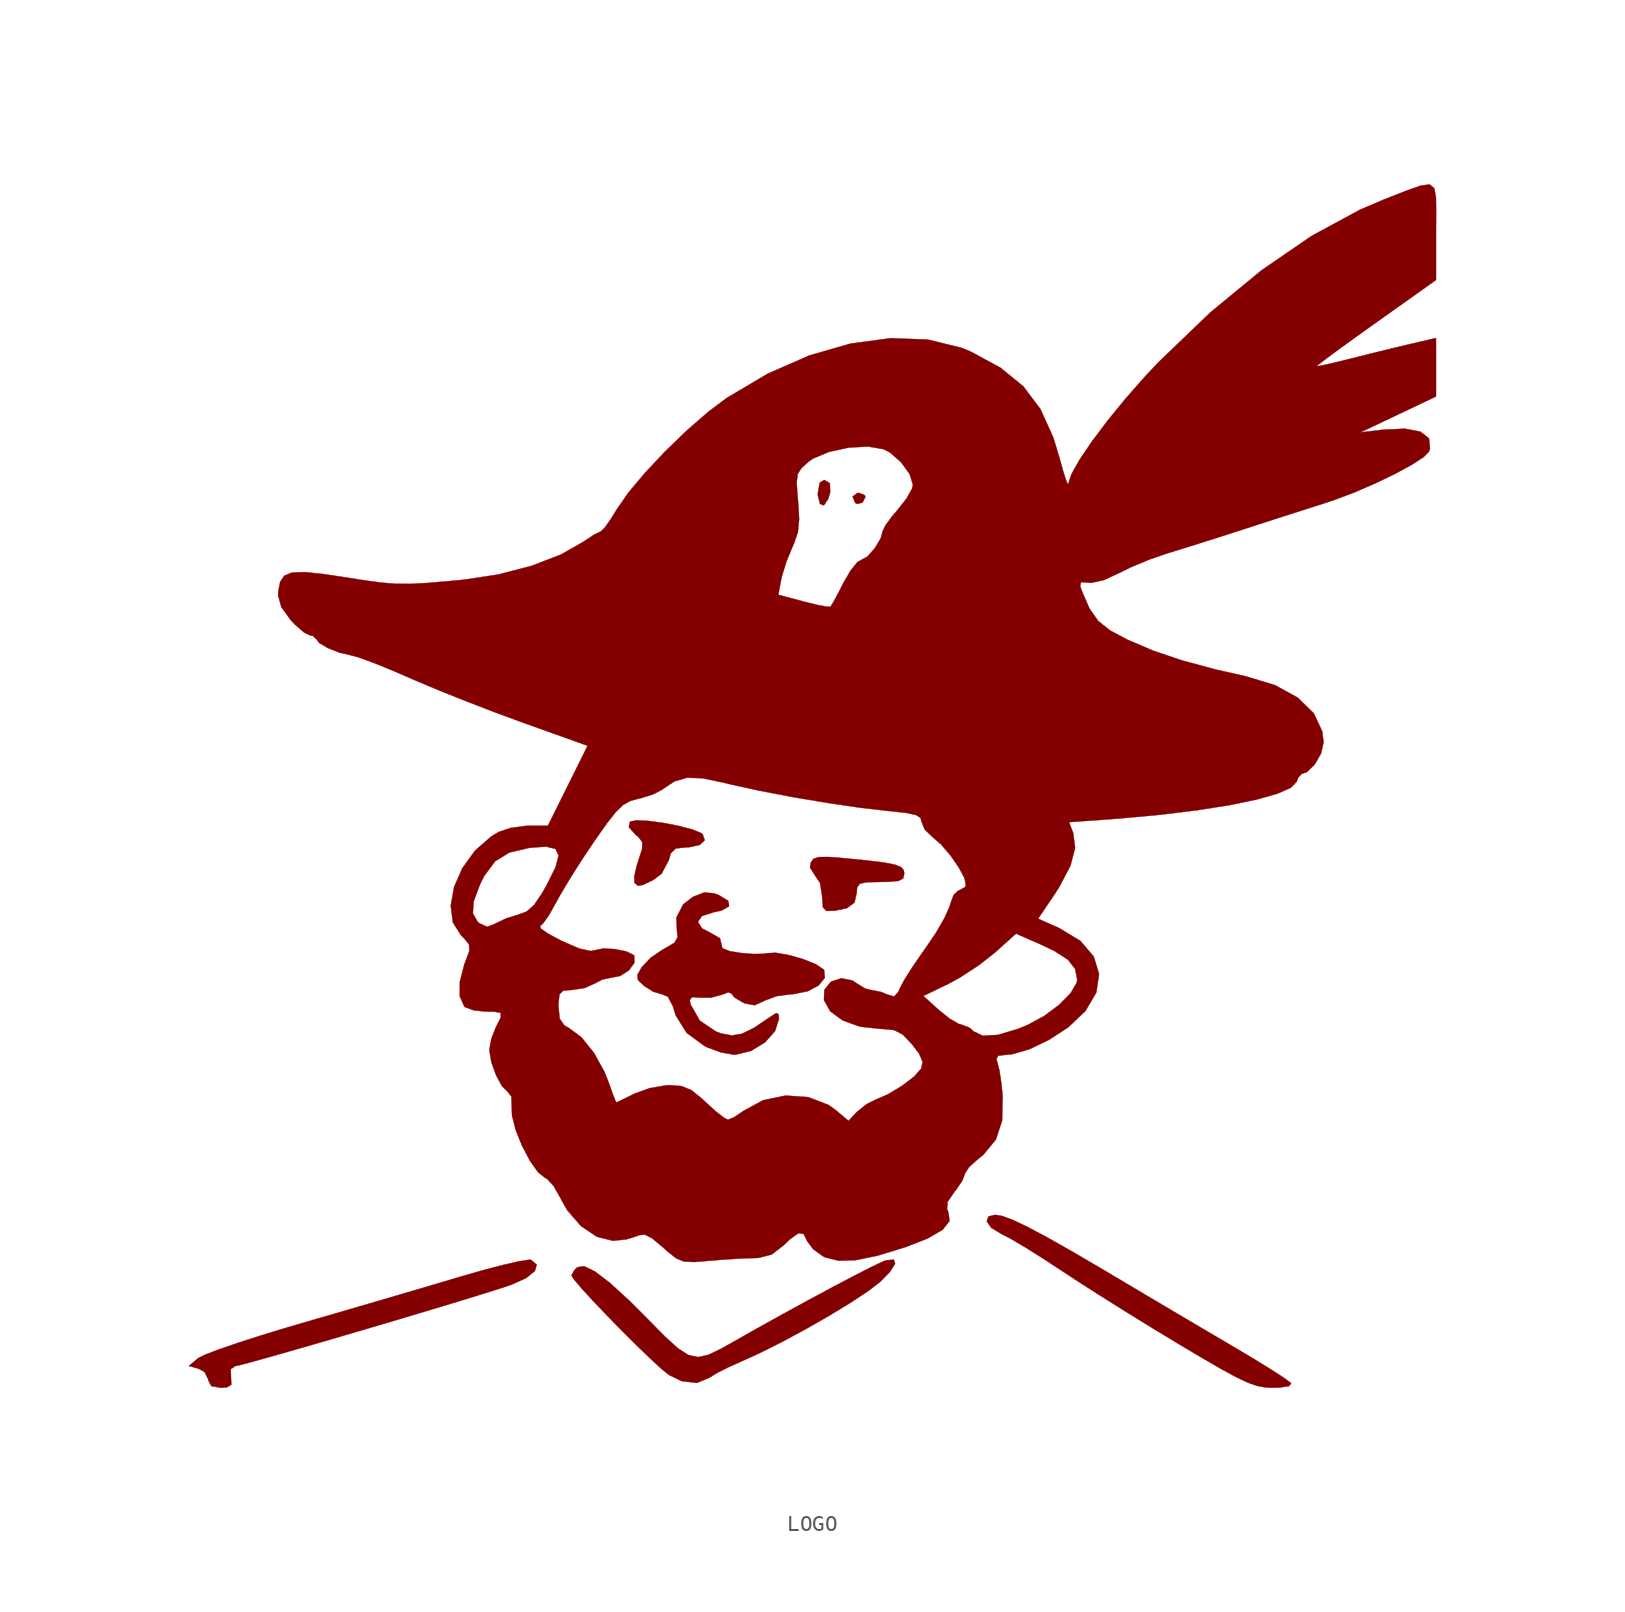
<source format=kicad_sym>
(kicad_symbol_lib
  (version 20220914)
  (generator "bitmap2component")
  (generator_version "8.0")
  (symbol "LOGO"
    (pin_names
      (offset 1.016))
    (property "Reference" "#G"
      (at 0 37.465 0)
      (effects (font (size 1.27 1.27)) hide))
    (symbol "LOGO_0_0"
      (polyline (pts (xy -34.248 -38.082) (xy -33.959 -37.907) (xy -33.981 -37.424) (xy -33.995 -36.942) (xy -33.724 -36.749) (xy -33.516 -36.708) (xy -32.839 -36.532) (xy -31.775 -36.237) (xy -30.401 -35.847) (xy -28.791 -35.383) (xy -27.021 -34.867) (xy -25.166 -34.321) (xy -23.302 -33.768) (xy -21.504 -33.23) (xy -19.848 -32.73) (xy -18.409 -32.288) (xy -17.262 -31.928) (xy -16.483 -31.672) (xy -16.433 -31.654) (xy -15.523 -31.241) (xy -14.985 -30.806) (xy -14.869 -30.409) (xy -15.221 -30.109) (xy -15.369 -30.102) (xy -15.989 -30.2) (xy -16.973 -30.424) (xy -18.22 -30.75) (xy -19.632 -31.156) (xy -19.775 -31.198) (xy -21.351 -31.666) (xy -23.274 -32.233) (xy -25.386 -32.852) (xy -27.532 -33.477) (xy -29.555 -34.064) (xy -30.393 -34.309) (xy -32.066 -34.819) (xy -33.551 -35.296) (xy -34.763 -35.713) (xy -35.621 -36.042) (xy -36.04 -36.256) (xy -36.614 -36.739) (xy -36.006 -36.911) (xy -35.636 -37.111) (xy -35.398 -37.591) (xy -35.396 -37.65) (xy -35.208 -38) (xy -34.625 -38.1) (xy -34.248 -38.082)) (stroke (width 0.01) (type default)) (fill (type outline)))
      (polyline (pts (xy 31.558 -38.089) (xy 32.159 -37.998) (xy 32.289 -37.828) (xy 32.243 -37.779) (xy 31.824 -37.473) (xy 31.055 -36.974) (xy 30.027 -36.339) (xy 28.828 -35.624) (xy 28.189 -35.249) (xy 26.613 -34.32) (xy 24.831 -33.267) (xy 23.017 -32.192) (xy 21.347 -31.2) (xy 20.492 -30.692) (xy 18.547 -29.555) (xy 16.994 -28.677) (xy 15.788 -28.036) (xy 14.882 -27.607) (xy 14.231 -27.366) (xy 13.79 -27.291) (xy 13.364 -27.395) (xy 13.261 -27.703) (xy 13.537 -28.102) (xy 14.156 -28.477) (xy 14.164 -28.481) (xy 14.751 -28.785) (xy 15.657 -29.32) (xy 16.761 -30.012) (xy 17.941 -30.785) (xy 18.79 -31.345) (xy 20.248 -32.279) (xy 21.919 -33.329) (xy 23.658 -34.401) (xy 25.317 -35.405) (xy 26.541 -36.133) (xy 27.84 -36.888) (xy 28.82 -37.423) (xy 29.56 -37.775) (xy 30.14 -37.98) (xy 30.64 -38.076) (xy 31.141 -38.1) (xy 31.558 -38.089)) (stroke (width 0.01) (type default)) (fill (type outline)))
      (polyline (pts (xy -4.074 -37.471) (xy -3.623 -37.191) (xy -2.838 -36.795) (xy -1.891 -36.371) (xy -0.936 -35.938) (xy 0.463 -35.237) (xy 1.963 -34.428) (xy 3.445 -33.579) (xy 4.793 -32.758) (xy 5.887 -32.033) (xy 6.61 -31.472) (xy 7.221 -30.844) (xy 7.534 -30.343) (xy 7.45 -30.092) (xy 6.958 -30.137) (xy 6.735 -30.224) (xy 6.033 -30.56) (xy 4.985 -31.094) (xy 3.671 -31.786) (xy 2.168 -32.593) (xy 0.555 -33.474) (xy -1.089 -34.387) (xy -2.687 -35.29) (xy -3.348 -35.662) (xy -4.139 -36.043) (xy -4.782 -36.185) (xy -5.382 -36.059) (xy -6.044 -35.633) (xy -6.872 -34.88) (xy -7.971 -33.767) (xy -9.07 -32.667) (xy -10.3 -31.54) (xy -11.242 -30.823) (xy -11.914 -30.503) (xy -12.335 -30.567) (xy -12.517 -30.747) (xy -12.7 -31.081) (xy -12.537 -31.338) (xy -12.06 -31.899) (xy -11.348 -32.675) (xy -10.48 -33.586) (xy -9.537 -34.549) (xy -8.597 -35.484) (xy -7.742 -36.309) (xy -7.05 -36.943) (xy -6.602 -37.304) (xy -5.815 -37.688) (xy -4.857 -37.798) (xy -4.074 -37.471)) (stroke (width 0.01) (type default)) (fill (type outline)))
      (polyline (pts (xy -4.081 -30.166) (xy -3.197 -30.092) (xy -2.097 -30.023) (xy -1.263 -29.995) (xy -1.007 -29.987) (xy -0.18 -29.774) (xy 0.582 -29.183) (xy 0.983 -28.8) (xy 1.492 -28.441) (xy 1.81 -28.485) (xy 2.027 -28.916) (xy 2.036 -28.941) (xy 2.407 -29.439) (xy 3.027 -29.887) (xy 3.172 -29.956) (xy 4.002 -30.161) (xy 5.063 -30.127) (xy 6.435 -29.845) (xy 8.198 -29.305) (xy 9.571 -28.77) (xy 10.507 -28.223) (xy 10.933 -27.679) (xy 10.863 -27.128) (xy 10.777 -26.93) (xy 10.819 -26.471) (xy 11.238 -25.862) (xy 11.328 -25.753) (xy 11.727 -25.167) (xy 11.889 -24.755) (xy 11.897 -24.701) (xy 12.165 -24.299) (xy 12.695 -23.825) (xy 13.045 -23.544) (xy 13.832 -22.586) (xy 14.221 -21.403) (xy 14.255 -19.886) (xy 14.181 -19.131) (xy 14.056 -18.283) (xy 13.927 -17.766) (xy 13.865 -17.586) (xy 13.966 -17.35) (xy 14.495 -17.288) (xy 14.847 -17.256) (xy 15.926 -16.942) (xy 17.151 -16.356) (xy 18.352 -15.572) (xy 19.428 -14.555) (xy 20.11 -13.397) (xy 20.282 -12.243) (xy 19.949 -11.149) (xy 19.117 -10.172) (xy 17.791 -9.369) (xy 16.47 -8.782) (xy 17.454 -7.327) (xy 17.773 -6.837) (xy 18.492 -5.475) (xy 18.784 -4.355) (xy 18.665 -3.43) (xy 18.405 -2.748) (xy 20.754 -2.581) (xy 21.518 -2.524) (xy 24.09 -2.287) (xy 26.415 -2.003) (xy 28.445 -1.683) (xy 30.13 -1.335) (xy 31.422 -0.969) (xy 32.271 -0.596) (xy 32.63 -0.224) (xy 32.732 0.048) (xy 32.947 0.27) (xy 33.268 0.379) (xy 33.762 0.857) (xy 34.155 1.541) (xy 34.315 2.24) (xy 34.236 2.914) (xy 33.705 4.053) (xy 32.708 5.031) (xy 31.286 5.813) (xy 29.481 6.364) (xy 27.563 6.798) (xy 25.462 7.364) (xy 23.676 7.967) (xy 22.082 8.647) (xy 22.072 8.651) (xy 20.965 9.238) (xy 20.22 9.834) (xy 19.683 10.604) (xy 19.202 11.711) (xy 19.101 12.007) (xy 19.153 12.256) (xy 19.602 12.224) (xy 19.802 12.211) (xy 20.579 12.385) (xy 21.535 12.823) (xy 22.245 13.176) (xy 23.422 13.667) (xy 24.586 14.068) (xy 25.236 14.265) (xy 26.484 14.655) (xy 27.911 15.107) (xy 29.318 15.562) (xy 30.209 15.851) (xy 31.758 16.352) (xy 33.248 16.829) (xy 34.452 17.212) (xy 34.995 17.392) (xy 36.275 17.879) (xy 37.579 18.443) (xy 38.8 19.032) (xy 39.833 19.593) (xy 40.571 20.073) (xy 40.907 20.42) (xy 40.968 20.616) (xy 40.901 21.249) (xy 40.368 21.664) (xy 39.397 21.846) (xy 38.018 21.784) (xy 36.614 21.615) (xy 38.978 22.737) (xy 41.343 23.859) (xy 41.343 25.686) (xy 41.343 27.514) (xy 39.654 27.121) (xy 38.604 26.871) (xy 37.236 26.535) (xy 35.948 26.212) (xy 35.724 26.155) (xy 34.804 25.931) (xy 34.146 25.787) (xy 33.881 25.751) (xy 34.002 25.861) (xy 34.496 26.238) (xy 35.305 26.834) (xy 36.359 27.596) (xy 37.586 28.473) (xy 41.343 31.141) (xy 41.343 34.234) (xy 41.35 35.276) (xy 41.342 36.281) (xy 41.236 36.876) (xy 40.948 37.114) (xy 40.393 37.045) (xy 39.487 36.723) (xy 38.147 36.199) (xy 36.617 35.549) (xy 33.561 33.895) (xy 30.423 31.741) (xy 27.228 29.108) (xy 24.002 26.012) (xy 23.126 25.082) (xy 21.922 23.712) (xy 20.805 22.342) (xy 19.832 21.048) (xy 19.062 19.909) (xy 18.552 19.003) (xy 18.36 18.407) (xy 18.352 18.366) (xy 18.254 18.525) (xy 18.066 19.09) (xy 17.821 19.969) (xy 17.423 21.288) (xy 16.619 23.07) (xy 15.547 24.492) (xy 14.124 25.656) (xy 12.265 26.664) (xy 11.698 26.899) (xy 9.582 27.418) (xy 7.247 27.504) (xy 4.757 27.169) (xy 2.176 26.426) (xy -0.433 25.286) (xy -3.005 23.762) (xy -4.122 22.923) (xy -5.458 21.764) (xy -6.815 20.456) (xy -8.077 19.117) (xy -9.132 17.863) (xy -9.863 16.809) (xy -10.246 16.187) (xy -10.648 15.626) (xy -10.887 15.408) (xy -10.904 15.406) (xy -11.277 15.231) (xy -11.836 14.858) (xy -11.901 14.811) (xy -13.354 13.983) (xy -15.19 13.276) (xy -17.262 12.735) (xy -19.427 12.407) (xy -20.383 12.318) (xy -21.733 12.203) (xy -22.782 12.147) (xy -23.679 12.153) (xy -24.578 12.225) (xy -25.627 12.366) (xy -26.978 12.578) (xy -28.225 12.766) (xy -29.391 12.885) (xy -30.173 12.854) (xy -30.652 12.656) (xy -30.908 12.272) (xy -31.022 11.686) (xy -31.029 11.466) (xy 0.232 11.466) (xy 0.41 12.416) (xy 0.448 12.593) (xy 0.732 13.523) (xy 1.114 14.452) (xy 1.206 14.65) (xy 1.456 15.387) (xy 1.533 16.199) (xy 1.465 17.312) (xy 1.43 17.678) (xy 1.378 18.5) (xy 1.444 19.011) (xy 1.673 19.378) (xy 2.108 19.774) (xy 2.393 19.974) (xy 3.402 20.398) (xy 4.626 20.664) (xy 5.839 20.732) (xy 6.814 20.565) (xy 7.21 20.357) (xy 7.903 19.752) (xy 8.434 19.015) (xy 8.647 18.339) (xy 8.586 18.096) (xy 8.244 17.482) (xy 7.701 16.789) (xy 7.356 16.387) (xy 6.924 15.8) (xy 6.755 15.444) (xy 6.625 14.982) (xy 6.259 14.373) (xy 5.806 13.861) (xy 5.414 13.646) (xy 5.172 13.505) (xy 4.753 12.989) (xy 4.308 12.225) (xy 3.988 11.597) (xy 3.659 10.986) (xy 3.488 10.714) (xy 3.268 10.719) (xy 2.654 10.836) (xy 1.805 11.045) (xy 0.232 11.466) (xy -31.029 11.466) (xy -31.031 11.404) (xy -30.833 10.693) (xy -30.251 9.889) (xy -29.968 9.588) (xy -29.41 9.107) (xy -29.02 8.917) (xy -28.86 8.896) (xy -28.643 8.69) (xy -28.473 8.459) (xy -27.936 8.14) (xy -27.208 7.851) (xy -26.47 7.678) (xy -26.003 7.551) (xy -25.146 7.24) (xy -24.042 6.796) (xy -22.817 6.268) (xy -22.514 6.135) (xy -21.041 5.515) (xy -19.298 4.817) (xy -17.476 4.115) (xy -15.77 3.486) (xy -11.691 2.027) (xy -12.932 -0.473) (xy -14.173 -2.972) (xy -15.341 -2.972) (xy -15.559 -2.978) (xy -16.493 -3.108) (xy -17.239 -3.353) (xy -17.7 -3.628) (xy -18.722 -4.519) (xy -19.513 -5.611) (xy -20.034 -6.795) (xy -20.246 -7.966) (xy -20.184 -8.446) (xy -18.862 -8.446) (xy -18.81 -7.692) (xy -18.407 -6.62) (xy -18.161 -6.127) (xy -17.477 -5.2) (xy -16.584 -4.647) (xy -15.325 -4.353) (xy -14.296 -4.276) (xy -13.696 -4.417) (xy -13.503 -4.829) (xy -13.693 -5.563) (xy -14.242 -6.669) (xy -14.536 -7.187) (xy -15.033 -7.922) (xy -15.491 -8.33) (xy -16.02 -8.529) (xy -16.761 -8.755) (xy -17.425 -9.07) (xy -17.475 -9.102) (xy -17.894 -9.258) (xy -14.668 -9.258) (xy -14.473 -9.081) (xy -14.089 -8.53) (xy -13.652 -7.754) (xy -13.401 -7.295) (xy -12.794 -6.279) (xy -12.046 -5.099) (xy -11.262 -3.928) (xy -11.259 -3.922) (xy -10.492 -2.834) (xy -9.926 -2.114) (xy -9.47 -1.674) (xy -9.033 -1.427) (xy -8.525 -1.286) (xy -8.35 -1.247) (xy -7.57 -0.999) (xy -7.039 -0.721) (xy -7.01 -0.697) (xy -6.256 -0.195) (xy -5.474 0.031) (xy -4.509 -0.002) (xy -3.206 -0.276) (xy -2.77 -0.383) (xy -0.95 -0.782) (xy 1.147 -1.182) (xy 3.32 -1.549) (xy 5.371 -1.849) (xy 7.098 -2.047) (xy 7.152 -2.052) (xy 8.2 -2.166) (xy 8.819 -2.295) (xy 9.113 -2.472) (xy 9.187 -2.733) (xy 9.376 -3.2) (xy 9.866 -3.675) (xy 10.398 -4.136) (xy 10.99 -4.827) (xy 11.516 -5.585) (xy 11.872 -6.259) (xy 11.954 -6.697) (xy 11.893 -6.813) (xy 11.495 -7.026) (xy 11.473 -7.027) (xy 11.187 -7.296) (xy 10.974 -7.886) (xy 10.938 -8.019) (xy 10.624 -8.725) (xy 10.093 -9.646) (xy 9.436 -10.619) (xy 9.237 -10.895) (xy 8.597 -11.828) (xy 8.093 -12.628) (xy 7.82 -13.147) (xy 7.735 -13.353) (xy 7.498 -13.613) (xy 9.299 -13.613) (xy 10.882 -12.844) (xy 11.575 -12.467) (xy 12.761 -11.694) (xy 13.778 -10.895) (xy 15.089 -9.716) (xy 16.664 -10.406) (xy 17.489 -10.798) (xy 18.335 -11.347) (xy 18.783 -11.918) (xy 18.915 -12.588) (xy 18.88 -12.792) (xy 18.497 -13.44) (xy 17.782 -14.165) (xy 16.851 -14.86) (xy 15.821 -15.42) (xy 15.231 -15.662) (xy 13.96 -16.044) (xy 13.016 -16.101) (xy 12.447 -15.828) (xy 12.186 -15.594) (xy 11.686 -15.402) (xy 11.501 -15.354) (xy 10.947 -15.032) (xy 10.289 -14.508) (xy 9.299 -13.613) (xy 7.498 -13.613) (xy 7.469 -13.645) (xy 7.046 -13.521) (xy 6.676 -13.366) (xy 6.051 -13.24) (xy 5.669 -13.151) (xy 5.099 -12.803) (xy 4.87 -12.644) (xy 4.178 -12.505) (xy 3.518 -12.717) (xy 3.111 -13.231) (xy 3.083 -13.87) (xy 3.475 -14.571) (xy 4.254 -15.144) (xy 5.335 -15.531) (xy 6.633 -15.672) (xy 6.716 -15.673) (xy 7.474 -15.747) (xy 8.024 -16.036) (xy 8.613 -16.662) (xy 9.037 -17.226) (xy 9.253 -17.734) (xy 9.161 -18.152) (xy 8.723 -18.647) (xy 7.971 -19.223) (xy 7.092 -19.754) (xy 6.273 -20.112) (xy 5.76 -20.366) (xy 5.139 -20.863) (xy 4.622 -21.419) (xy 3.806 -20.732) (xy 3.366 -20.42) (xy 2.099 -19.934) (xy 0.683 -19.838) (xy -0.725 -20.13) (xy -1.966 -20.807) (xy -1.985 -20.822) (xy -2.536 -21.193) (xy -2.915 -21.347) (xy -3.128 -21.246) (xy -3.643 -20.854) (xy -4.291 -20.266) (xy -4.526 -20.042) (xy -5.199 -19.499) (xy -5.808 -19.247) (xy -6.563 -19.185) (xy -6.744 -19.191) (xy -7.802 -19.371) (xy -8.782 -19.726) (xy -9.08 -19.876) (xy -9.646 -20.155) (xy -9.895 -20.266) (xy -9.939 -20.188) (xy -10.118 -19.735) (xy -10.374 -19.013) (xy -10.63 -18.366) (xy -11.293 -17.164) (xy -12.074 -16.196) (xy -12.863 -15.61) (xy -13.146 -15.449) (xy -13.435 -15.028) (xy -13.511 -14.278) (xy -13.51 -14.08) (xy -13.451 -13.507) (xy -13.203 -13.278) (xy -12.633 -13.232) (xy -11.875 -13.114) (xy -11.23 -12.826) (xy -10.767 -12.585) (xy -10.011 -12.43) (xy -9.647 -12.358) (xy -9.11 -12.016) (xy -8.766 -11.541) (xy -8.77 -11.098) (xy -8.801 -11.058) (xy -9.254 -10.832) (xy -9.969 -10.683) (xy -10.709 -10.644) (xy -11.233 -10.749) (xy -11.478 -10.804) (xy -12.198 -10.651) (xy -13.309 -10.171) (xy -13.377 -10.137) (xy -14.135 -9.728) (xy -14.598 -9.413) (xy -14.668 -9.258) (xy -17.894 -9.258) (xy -17.973 -9.287) (xy -18.442 -9.072) (xy -18.565 -8.971) (xy -18.862 -8.446) (xy -20.184 -8.446) (xy -20.111 -9.017) (xy -19.589 -9.84) (xy -19.437 -9.983) (xy -19.105 -10.382) (xy -19.079 -10.787) (xy -19.319 -11.44) (xy -19.395 -11.632) (xy -19.675 -12.715) (xy -19.678 -13.645) (xy -19.401 -14.267) (xy -19.346 -14.312) (xy -18.807 -14.511) (xy -18.05 -14.591) (xy -17.529 -14.594) (xy -17.125 -14.67) (xy -17.119 -14.952) (xy -17.427 -15.574) (xy -17.706 -16.279) (xy -17.832 -16.965) (xy -17.832 -16.996) (xy -17.708 -17.739) (xy -17.417 -18.556) (xy -17.047 -19.244) (xy -16.686 -19.602) (xy -16.453 -19.902) (xy -16.43 -20.658) (xy -16.413 -21.097) (xy -16.19 -21.975) (xy -15.795 -22.962) (xy -15.304 -23.898) (xy -14.793 -24.627) (xy -14.339 -24.989) (xy -14.221 -25.051) (xy -13.807 -25.501) (xy -13.415 -26.195) (xy -12.966 -27.004) (xy -12.104 -27.996) (xy -11.108 -28.666) (xy -10.106 -28.913) (xy -10.071 -28.913) (xy -9.256 -28.825) (xy -8.614 -28.625) (xy -8.497 -28.569) (xy -8.117 -28.528) (xy -7.655 -28.763) (xy -6.97 -29.336) (xy -6.684 -29.592) (xy -6.152 -30.013) (xy -5.672 -30.211) (xy -5.047 -30.244) (xy -4.081 -30.166)) (stroke (width 0.01) (type default)) (fill (type outline)))
      (polyline (pts (xy -2.429 -17.279) (xy -1.473 -17.047) (xy -0.604 -16.519) (xy 0.027 -15.813) (xy 0.27 -15.047) (xy 0.252 -14.754) (xy 0.098 -14.682) (xy -0.338 -14.963) (xy -1.27 -15.591) (xy -2.05 -15.977) (xy -2.7 -16.08) (xy -3.361 -15.948) (xy -3.668 -15.833) (xy -4.672 -15.158) (xy -5.241 -14.165) (xy -5.305 -13.876) (xy -5.166 -13.685) (xy -4.628 -13.718) (xy -3.97 -13.717) (xy -3.274 -13.527) (xy -2.899 -13.385) (xy -2.702 -13.458) (xy -2.504 -13.711) (xy -1.993 -14.017) (xy -1.849 -14.079) (xy -1.248 -14.191) (xy -0.652 -13.925) (xy -0.597 -13.892) (xy 0.14 -13.62) (xy 1.004 -13.505) (xy 1.192 -13.498) (xy 2.069 -13.317) (xy 2.755 -12.951) (xy 3.136 -12.483) (xy 3.095 -11.996) (xy 3.067 -11.956) (xy 2.592 -11.635) (xy 1.803 -11.315) (xy 0.895 -11.054) (xy 0.064 -10.91) (xy -0.494 -10.94) (xy -0.672 -10.977) (xy -1.329 -10.989) (xy -2.175 -10.916) (xy -2.817 -10.807) (xy -3.271 -10.622) (xy -3.324 -10.36) (xy -3.42 -10.003) (xy -4.028 -9.654) (xy -4.543 -9.382) (xy -4.792 -8.977) (xy -4.54 -8.613) (xy -3.801 -8.377) (xy -3.307 -8.27) (xy -2.847 -8.002) (xy -2.898 -7.667) (xy -3.475 -7.311) (xy -3.793 -7.194) (xy -4.404 -7.143) (xy -5.102 -7.414) (xy -5.713 -7.884) (xy -6.144 -8.719) (xy -6.097 -9.674) (xy -6.058 -9.921) (xy -6.258 -10.283) (xy -6.886 -10.653) (xy -6.981 -10.701) (xy -7.741 -11.216) (xy -8.299 -11.803) (xy -8.576 -12.284) (xy -8.545 -12.618) (xy -8.13 -13.005) (xy -7.58 -13.348) (xy -7.025 -13.511) (xy -6.668 -13.662) (xy -6.361 -14.254) (xy -6.179 -14.833) (xy -5.499 -15.921) (xy -4.388 -16.736) (xy -4.218 -16.821) (xy -3.337 -17.145) (xy -2.56 -17.282) (xy -2.429 -17.279)) (stroke (width 0.01) (type default)) (fill (type outline)))
      (polyline (pts (xy 3.728 -8.289) (xy 4.521 -8.127) (xy 4.997 -7.768) (xy 5.134 -7.145) (xy 5.158 -6.824) (xy 5.325 -6.596) (xy 5.769 -6.503) (xy 6.62 -6.485) (xy 7.082 -6.481) (xy 7.735 -6.424) (xy 8.035 -6.268) (xy 8.106 -5.968) (xy 8.072 -5.748) (xy 7.903 -5.553) (xy 7.518 -5.401) (xy 6.835 -5.269) (xy 5.774 -5.14) (xy 4.256 -4.991) (xy 3.411 -4.924) (xy 2.764 -4.927) (xy 2.42 -5.042) (xy 2.253 -5.287) (xy 2.214 -5.591) (xy 2.523 -6.081) (xy 2.837 -6.545) (xy 2.972 -7.391) (xy 2.972 -7.459) (xy 3.017 -8.068) (xy 3.228 -8.296) (xy 3.728 -8.289)) (stroke (width 0.01) (type default)) (fill (type outline)))
      (polyline (pts (xy -8.208 -6.662) (xy -7.575 -6.355) (xy -7.066 -5.972) (xy -6.621 -5.139) (xy -6.491 -4.699) (xy -6.178 -4.392) (xy -5.534 -4.323) (xy -5.355 -4.318) (xy -4.681 -4.171) (xy -4.366 -3.873) (xy -4.499 -3.499) (xy -4.589 -3.431) (xy -5.149 -3.202) (xy -5.997 -2.979) (xy -6.971 -2.792) (xy -7.909 -2.666) (xy -8.65 -2.631) (xy -9.032 -2.715) (xy -9.038 -2.721) (xy -9.114 -3.06) (xy -8.717 -3.506) (xy -8.505 -3.686) (xy -8.272 -4.002) (xy -8.283 -4.418) (xy -8.512 -5.136) (xy -8.616 -5.455) (xy -8.772 -6.132) (xy -8.764 -6.514) (xy -8.723 -6.577) (xy -8.535 -6.729) (xy -8.208 -6.662)) (stroke (width 0.01) (type default)) (fill (type outline)))
      (polyline (pts (xy 3.349 17.451) (xy 3.474 17.867) (xy 3.454 18.437) (xy 3.107 18.645) (xy 2.823 18.478) (xy 2.702 17.834) (xy 2.707 17.665) (xy 2.838 17.142) (xy 3.08 17.053) (xy 3.349 17.451)) (stroke (width 0.01) (type default)) (fill (type outline)))
      (polyline (pts (xy 5.496 17.227) (xy 5.675 17.58) (xy 5.629 17.697) (xy 5.269 17.834) (xy 5.162 17.826) (xy 4.872 17.603) (xy 5.037 17.211) (xy 5.149 17.142) (xy 5.496 17.227)) (stroke (width 0.01) (type default)) (fill (type outline))))))
</source>
